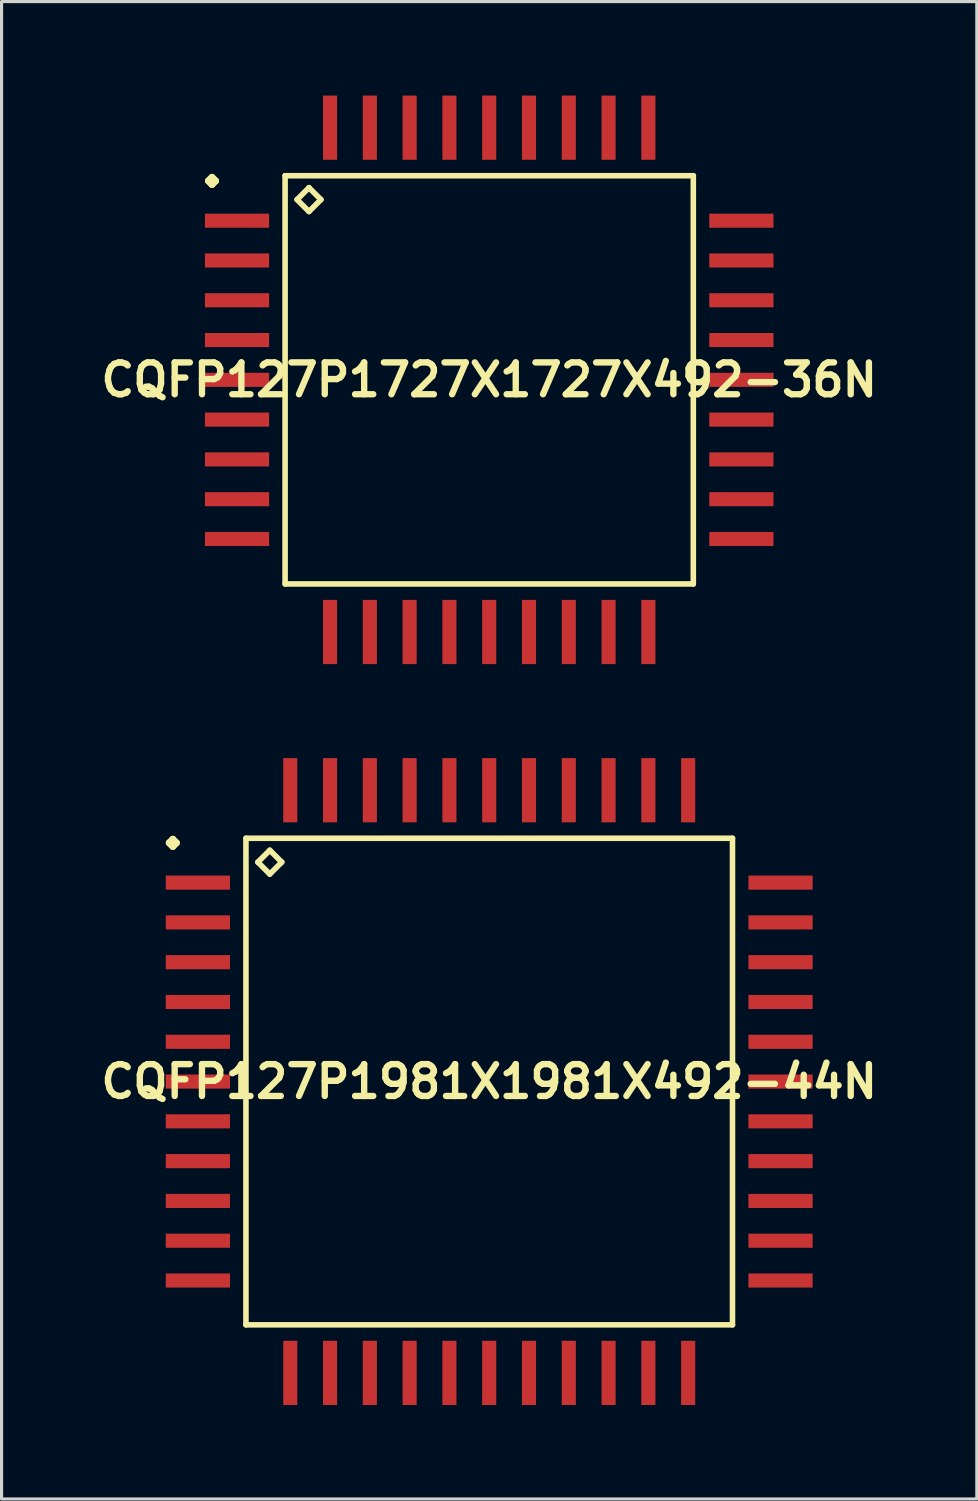
<source format=kicad_pcb>
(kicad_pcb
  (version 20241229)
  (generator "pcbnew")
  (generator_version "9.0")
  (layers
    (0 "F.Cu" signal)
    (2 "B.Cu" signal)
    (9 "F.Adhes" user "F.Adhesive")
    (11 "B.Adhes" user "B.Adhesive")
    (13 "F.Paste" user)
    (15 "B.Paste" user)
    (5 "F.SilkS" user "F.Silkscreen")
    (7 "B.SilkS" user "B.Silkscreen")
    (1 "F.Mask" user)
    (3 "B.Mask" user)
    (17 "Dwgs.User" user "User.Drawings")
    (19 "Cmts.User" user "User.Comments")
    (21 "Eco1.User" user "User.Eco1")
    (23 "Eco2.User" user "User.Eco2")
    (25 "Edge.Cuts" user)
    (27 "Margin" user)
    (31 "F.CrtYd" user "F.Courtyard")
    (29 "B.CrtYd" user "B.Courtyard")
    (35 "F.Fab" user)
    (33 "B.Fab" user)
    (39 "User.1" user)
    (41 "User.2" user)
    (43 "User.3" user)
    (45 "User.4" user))
  (footprint "CQFP127P1727X1727X492-36N"
    (layer "F.Cu")
    (at 12.565 9.074)
    (property "Reference" "CQFP127P1727X1727X492-36N" (at 0 0 0) (layer "F.SilkS") (effects (font (size 1.016 1.016) (thickness 0.203))))
    (attr smd)
    (fp_line (start -8.961 -6.35) (end -8.849 -6.462) (stroke (width 0.224) (type solid)) (layer "F.SilkS"))
    (fp_line (start -8.849 -6.462) (end -8.735 -6.35) (stroke (width 0.224) (type solid)) (layer "F.SilkS"))
    (fp_line (start -8.849 -6.236) (end -8.961 -6.35) (stroke (width 0.224) (type solid)) (layer "F.SilkS"))
    (fp_line (start -8.735 -6.35) (end -8.849 -6.236) (stroke (width 0.224) (type solid)) (layer "F.SilkS"))
    (fp_line (start -6.515 -6.515) (end -6.515 6.515) (stroke (width 0.178) (type solid)) (layer "F.SilkS"))
    (fp_line (start -6.515 6.515) (end 6.515 6.515) (stroke (width 0.178) (type solid)) (layer "F.SilkS"))
    (fp_line (start -6.134 -5.753) (end -5.753 -6.134) (stroke (width 0.178) (type solid)) (layer "F.SilkS"))
    (fp_line (start -5.753 -6.134) (end -5.372 -5.753) (stroke (width 0.178) (type solid)) (layer "F.SilkS"))
    (fp_line (start -5.753 -5.372) (end -6.134 -5.753) (stroke (width 0.178) (type solid)) (layer "F.SilkS"))
    (fp_line (start -5.372 -5.753) (end -5.753 -5.372) (stroke (width 0.178) (type solid)) (layer "F.SilkS"))
    (fp_line (start 6.515 -6.515) (end -6.515 -6.515) (stroke (width 0.178) (type solid)) (layer "F.SilkS"))
    (fp_line (start 6.515 6.515) (end 6.515 -6.515) (stroke (width 0.178) (type solid)) (layer "F.SilkS"))
    (pad "1" smd rect (at -8.049 -5.08) (size 2.05 0.45) (layers "F.Cu" "F.Mask" "F.Paste"))
    (pad "2" smd rect (at -8.049 -3.81) (size 2.05 0.45) (layers "F.Cu" "F.Mask" "F.Paste"))
    (pad "3" smd rect (at -8.049 -2.54) (size 2.05 0.45) (layers "F.Cu" "F.Mask" "F.Paste"))
    (pad "4" smd rect (at -8.049 -1.27) (size 2.05 0.45) (layers "F.Cu" "F.Mask" "F.Paste"))
    (pad "5" smd rect (at -8.049 0) (size 2.05 0.45) (layers "F.Cu" "F.Mask" "F.Paste"))
    (pad "6" smd rect (at -8.049 1.27) (size 2.05 0.45) (layers "F.Cu" "F.Mask" "F.Paste"))
    (pad "7" smd rect (at -8.049 2.54) (size 2.05 0.45) (layers "F.Cu" "F.Mask" "F.Paste"))
    (pad "8" smd rect (at -8.049 3.81) (size 2.05 0.45) (layers "F.Cu" "F.Mask" "F.Paste"))
    (pad "9" smd rect (at -8.049 5.08) (size 2.05 0.45) (layers "F.Cu" "F.Mask" "F.Paste"))
    (pad "10" smd rect (at -5.08 8.049) (size 0.45 2.05) (layers "F.Cu" "F.Mask" "F.Paste"))
    (pad "11" smd rect (at -3.81 8.049) (size 0.45 2.05) (layers "F.Cu" "F.Mask" "F.Paste"))
    (pad "12" smd rect (at -2.54 8.049) (size 0.45 2.05) (layers "F.Cu" "F.Mask" "F.Paste"))
    (pad "13" smd rect (at -1.27 8.049) (size 0.45 2.05) (layers "F.Cu" "F.Mask" "F.Paste"))
    (pad "14" smd rect (at 0 8.049) (size 0.45 2.05) (layers "F.Cu" "F.Mask" "F.Paste"))
    (pad "15" smd rect (at 1.27 8.049) (size 0.45 2.05) (layers "F.Cu" "F.Mask" "F.Paste"))
    (pad "16" smd rect (at 2.54 8.049) (size 0.45 2.05) (layers "F.Cu" "F.Mask" "F.Paste"))
    (pad "17" smd rect (at 3.81 8.049) (size 0.45 2.05) (layers "F.Cu" "F.Mask" "F.Paste"))
    (pad "18" smd rect (at 5.08 8.049) (size 0.45 2.05) (layers "F.Cu" "F.Mask" "F.Paste"))
    (pad "19" smd rect (at 8.049 5.08) (size 2.05 0.45) (layers "F.Cu" "F.Mask" "F.Paste"))
    (pad "20" smd rect (at 8.049 3.81) (size 2.05 0.45) (layers "F.Cu" "F.Mask" "F.Paste"))
    (pad "21" smd rect (at 8.049 2.54) (size 2.05 0.45) (layers "F.Cu" "F.Mask" "F.Paste"))
    (pad "22" smd rect (at 8.049 1.27) (size 2.05 0.45) (layers "F.Cu" "F.Mask" "F.Paste"))
    (pad "23" smd rect (at 8.049 0) (size 2.05 0.45) (layers "F.Cu" "F.Mask" "F.Paste"))
    (pad "24" smd rect (at 8.049 -1.27) (size 2.05 0.45) (layers "F.Cu" "F.Mask" "F.Paste"))
    (pad "25" smd rect (at 8.049 -2.54) (size 2.05 0.45) (layers "F.Cu" "F.Mask" "F.Paste"))
    (pad "26" smd rect (at 8.049 -3.81) (size 2.05 0.45) (layers "F.Cu" "F.Mask" "F.Paste"))
    (pad "27" smd rect (at 8.049 -5.08) (size 2.05 0.45) (layers "F.Cu" "F.Mask" "F.Paste"))
    (pad "28" smd rect (at 5.08 -8.049) (size 0.45 2.05) (layers "F.Cu" "F.Mask" "F.Paste"))
    (pad "29" smd rect (at 3.81 -8.049) (size 0.45 2.05) (layers "F.Cu" "F.Mask" "F.Paste"))
    (pad "30" smd rect (at 2.54 -8.049) (size 0.45 2.05) (layers "F.Cu" "F.Mask" "F.Paste"))
    (pad "31" smd rect (at 1.27 -8.049) (size 0.45 2.05) (layers "F.Cu" "F.Mask" "F.Paste"))
    (pad "32" smd rect (at 0 -8.049) (size 0.45 2.05) (layers "F.Cu" "F.Mask" "F.Paste"))
    (pad "33" smd rect (at -1.27 -8.049) (size 0.45 2.05) (layers "F.Cu" "F.Mask" "F.Paste"))
    (pad "34" smd rect (at -2.54 -8.049) (size 0.45 2.05) (layers "F.Cu" "F.Mask" "F.Paste"))
    (pad "35" smd rect (at -3.81 -8.049) (size 0.45 2.05) (layers "F.Cu" "F.Mask" "F.Paste"))
    (pad "36" smd rect (at -5.08 -8.049) (size 0.45 2.05) (layers "F.Cu" "F.Mask" "F.Paste")))
  (footprint "CQFP127P1981X1981X492-44N"
    (layer "F.Cu")
    (at 12.565 31.472)
    (property "Reference" "CQFP127P1981X1981X492-44N" (at 0 0 0) (layer "F.SilkS") (effects (font (size 1.016 1.016) (thickness 0.203))))
    (attr smd)
    (fp_line (start -10.211 -7.62) (end -10.099 -7.732) (stroke (width 0.224) (type solid)) (layer "F.SilkS"))
    (fp_line (start -10.099 -7.732) (end -9.987 -7.62) (stroke (width 0.224) (type solid)) (layer "F.SilkS"))
    (fp_line (start -10.099 -7.506) (end -10.211 -7.62) (stroke (width 0.224) (type solid)) (layer "F.SilkS"))
    (fp_line (start -9.987 -7.62) (end -10.099 -7.506) (stroke (width 0.224) (type solid)) (layer "F.SilkS"))
    (fp_line (start -7.765 -7.765) (end -7.765 7.765) (stroke (width 0.178) (type solid)) (layer "F.SilkS"))
    (fp_line (start -7.765 7.765) (end 7.765 7.765) (stroke (width 0.178) (type solid)) (layer "F.SilkS"))
    (fp_line (start -7.384 -7.003) (end -7.003 -7.384) (stroke (width 0.178) (type solid)) (layer "F.SilkS"))
    (fp_line (start -7.003 -7.384) (end -6.622 -7.003) (stroke (width 0.178) (type solid)) (layer "F.SilkS"))
    (fp_line (start -7.003 -6.622) (end -7.384 -7.003) (stroke (width 0.178) (type solid)) (layer "F.SilkS"))
    (fp_line (start -6.622 -7.003) (end -7.003 -6.622) (stroke (width 0.178) (type solid)) (layer "F.SilkS"))
    (fp_line (start 7.765 -7.765) (end -7.765 -7.765) (stroke (width 0.178) (type solid)) (layer "F.SilkS"))
    (fp_line (start 7.765 7.765) (end 7.765 -7.765) (stroke (width 0.178) (type solid)) (layer "F.SilkS"))
    (pad "1" smd rect (at -9.299 -6.35) (size 2.05 0.45) (layers "F.Cu" "F.Mask" "F.Paste"))
    (pad "2" smd rect (at -9.299 -5.08) (size 2.05 0.45) (layers "F.Cu" "F.Mask" "F.Paste"))
    (pad "3" smd rect (at -9.299 -3.81) (size 2.05 0.45) (layers "F.Cu" "F.Mask" "F.Paste"))
    (pad "4" smd rect (at -9.299 -2.54) (size 2.05 0.45) (layers "F.Cu" "F.Mask" "F.Paste"))
    (pad "5" smd rect (at -9.299 -1.27) (size 2.05 0.45) (layers "F.Cu" "F.Mask" "F.Paste"))
    (pad "6" smd rect (at -9.299 0) (size 2.05 0.45) (layers "F.Cu" "F.Mask" "F.Paste"))
    (pad "7" smd rect (at -9.299 1.27) (size 2.05 0.45) (layers "F.Cu" "F.Mask" "F.Paste"))
    (pad "8" smd rect (at -9.299 2.54) (size 2.05 0.45) (layers "F.Cu" "F.Mask" "F.Paste"))
    (pad "9" smd rect (at -9.299 3.81) (size 2.05 0.45) (layers "F.Cu" "F.Mask" "F.Paste"))
    (pad "10" smd rect (at -9.299 5.08) (size 2.05 0.45) (layers "F.Cu" "F.Mask" "F.Paste"))
    (pad "11" smd rect (at -9.299 6.35) (size 2.05 0.45) (layers "F.Cu" "F.Mask" "F.Paste"))
    (pad "12" smd rect (at -6.35 9.299) (size 0.45 2.05) (layers "F.Cu" "F.Mask" "F.Paste"))
    (pad "13" smd rect (at -5.08 9.299) (size 0.45 2.05) (layers "F.Cu" "F.Mask" "F.Paste"))
    (pad "14" smd rect (at -3.81 9.299) (size 0.45 2.05) (layers "F.Cu" "F.Mask" "F.Paste"))
    (pad "15" smd rect (at -2.54 9.299) (size 0.45 2.05) (layers "F.Cu" "F.Mask" "F.Paste"))
    (pad "16" smd rect (at -1.27 9.299) (size 0.45 2.05) (layers "F.Cu" "F.Mask" "F.Paste"))
    (pad "17" smd rect (at 0 9.299) (size 0.45 2.05) (layers "F.Cu" "F.Mask" "F.Paste"))
    (pad "18" smd rect (at 1.27 9.299) (size 0.45 2.05) (layers "F.Cu" "F.Mask" "F.Paste"))
    (pad "19" smd rect (at 2.54 9.299) (size 0.45 2.05) (layers "F.Cu" "F.Mask" "F.Paste"))
    (pad "20" smd rect (at 3.81 9.299) (size 0.45 2.05) (layers "F.Cu" "F.Mask" "F.Paste"))
    (pad "21" smd rect (at 5.08 9.299) (size 0.45 2.05) (layers "F.Cu" "F.Mask" "F.Paste"))
    (pad "22" smd rect (at 6.35 9.299) (size 0.45 2.05) (layers "F.Cu" "F.Mask" "F.Paste"))
    (pad "23" smd rect (at 9.299 6.35) (size 2.05 0.45) (layers "F.Cu" "F.Mask" "F.Paste"))
    (pad "24" smd rect (at 9.299 5.08) (size 2.05 0.45) (layers "F.Cu" "F.Mask" "F.Paste"))
    (pad "25" smd rect (at 9.299 3.81) (size 2.05 0.45) (layers "F.Cu" "F.Mask" "F.Paste"))
    (pad "26" smd rect (at 9.299 2.54) (size 2.05 0.45) (layers "F.Cu" "F.Mask" "F.Paste"))
    (pad "27" smd rect (at 9.299 1.27) (size 2.05 0.45) (layers "F.Cu" "F.Mask" "F.Paste"))
    (pad "28" smd rect (at 9.299 0) (size 2.05 0.45) (layers "F.Cu" "F.Mask" "F.Paste"))
    (pad "29" smd rect (at 9.299 -1.27) (size 2.05 0.45) (layers "F.Cu" "F.Mask" "F.Paste"))
    (pad "30" smd rect (at 9.299 -2.54) (size 2.05 0.45) (layers "F.Cu" "F.Mask" "F.Paste"))
    (pad "31" smd rect (at 9.299 -3.81) (size 2.05 0.45) (layers "F.Cu" "F.Mask" "F.Paste"))
    (pad "32" smd rect (at 9.299 -5.08) (size 2.05 0.45) (layers "F.Cu" "F.Mask" "F.Paste"))
    (pad "33" smd rect (at 9.299 -6.35) (size 2.05 0.45) (layers "F.Cu" "F.Mask" "F.Paste"))
    (pad "34" smd rect (at 6.35 -9.299) (size 0.45 2.05) (layers "F.Cu" "F.Mask" "F.Paste"))
    (pad "35" smd rect (at 5.08 -9.299) (size 0.45 2.05) (layers "F.Cu" "F.Mask" "F.Paste"))
    (pad "36" smd rect (at 3.81 -9.299) (size 0.45 2.05) (layers "F.Cu" "F.Mask" "F.Paste"))
    (pad "37" smd rect (at 2.54 -9.299) (size 0.45 2.05) (layers "F.Cu" "F.Mask" "F.Paste"))
    (pad "38" smd rect (at 1.27 -9.299) (size 0.45 2.05) (layers "F.Cu" "F.Mask" "F.Paste"))
    (pad "39" smd rect (at 0 -9.299) (size 0.45 2.05) (layers "F.Cu" "F.Mask" "F.Paste"))
    (pad "40" smd rect (at -1.27 -9.299) (size 0.45 2.05) (layers "F.Cu" "F.Mask" "F.Paste"))
    (pad "41" smd rect (at -2.54 -9.299) (size 0.45 2.05) (layers "F.Cu" "F.Mask" "F.Paste"))
    (pad "42" smd rect (at -3.81 -9.299) (size 0.45 2.05) (layers "F.Cu" "F.Mask" "F.Paste"))
    (pad "43" smd rect (at -5.08 -9.299) (size 0.45 2.05) (layers "F.Cu" "F.Mask" "F.Paste"))
    (pad "44" smd rect (at -6.35 -9.299) (size 0.45 2.05) (layers "F.Cu" "F.Mask" "F.Paste")))
  (gr_rect
    (start -3 -3)
    (end 28.129 44.796)
    (stroke (width 0.1) (type default))
    (fill no)
    (layer "Edge.Cuts")))
</source>
